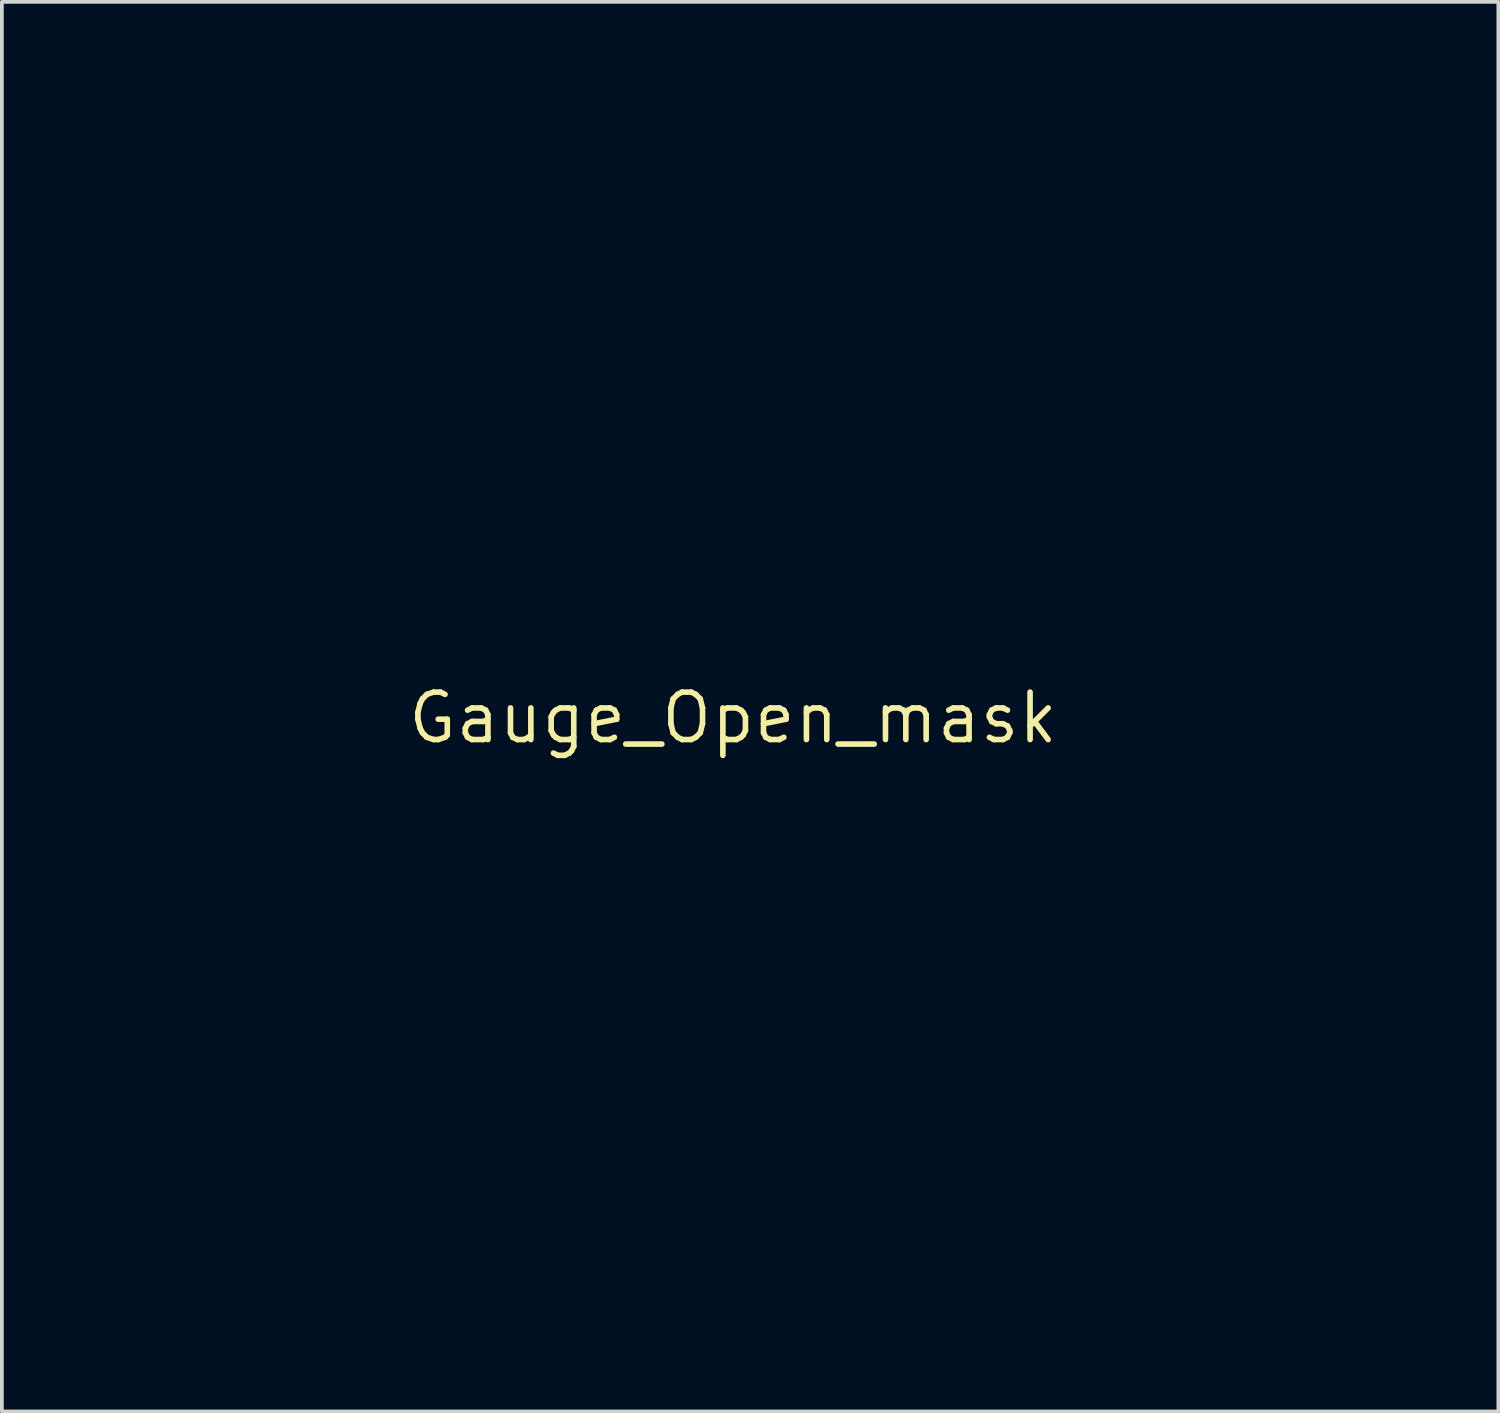
<source format=kicad_pcb>
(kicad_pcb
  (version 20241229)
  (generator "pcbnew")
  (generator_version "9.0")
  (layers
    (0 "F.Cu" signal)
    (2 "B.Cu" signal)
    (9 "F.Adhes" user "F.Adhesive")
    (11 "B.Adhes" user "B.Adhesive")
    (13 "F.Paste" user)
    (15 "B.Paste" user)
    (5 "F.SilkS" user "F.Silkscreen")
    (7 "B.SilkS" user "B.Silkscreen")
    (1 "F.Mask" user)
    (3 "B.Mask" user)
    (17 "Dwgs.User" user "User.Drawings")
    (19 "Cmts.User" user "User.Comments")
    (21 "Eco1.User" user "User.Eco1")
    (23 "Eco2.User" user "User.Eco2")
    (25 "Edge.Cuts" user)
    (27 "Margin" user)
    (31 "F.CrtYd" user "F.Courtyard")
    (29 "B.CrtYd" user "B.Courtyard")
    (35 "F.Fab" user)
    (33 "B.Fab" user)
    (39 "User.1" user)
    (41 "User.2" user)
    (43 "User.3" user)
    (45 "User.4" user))
  (footprint "Gauge_Open_mask"
    (layer "F.Cu")
    (at 16.574 16.169)
    (property "Reference" "Gauge_Open_mask" (at 0 0 0) (layer "F.SilkS") (effects (font (size 1.27 1.27) (thickness 0.15))))
    (attr through_hole)
    (fp_line (start -16.524 0.965) (end -16.518 0.258) (stroke (width 0.1) (type solid)) (layer "F.Mask"))
    (fp_line (start -16.518 0.258) (end -16.482 -0.451) (stroke (width 0.1) (type solid)) (layer "F.Mask"))
    (fp_line (start -16.5 1.668) (end -16.524 0.965) (stroke (width 0.1) (type solid)) (layer "F.Mask"))
    (fp_line (start -16.482 -0.451) (end -16.416 -1.162) (stroke (width 0.1) (type solid)) (layer "F.Mask"))
    (fp_line (start -16.446 2.367) (end -16.5 1.668) (stroke (width 0.1) (type solid)) (layer "F.Mask"))
    (fp_line (start -16.416 -1.162) (end -16.318 -1.873) (stroke (width 0.1) (type solid)) (layer "F.Mask"))
    (fp_line (start -16.364 3.061) (end -16.446 2.367) (stroke (width 0.1) (type solid)) (layer "F.Mask"))
    (fp_line (start -16.318 -1.873) (end -16.19 -2.585) (stroke (width 0.1) (type solid)) (layer "F.Mask"))
    (fp_line (start -16.253 3.75) (end -16.364 3.061) (stroke (width 0.1) (type solid)) (layer "F.Mask"))
    (fp_line (start -16.19 -2.585) (end -16.029 -3.295) (stroke (width 0.1) (type solid)) (layer "F.Mask"))
    (fp_line (start -16.113 4.431) (end -16.253 3.75) (stroke (width 0.1) (type solid)) (layer "F.Mask"))
    (fp_line (start -16.029 -3.295) (end -15.839 -3.999) (stroke (width 0.1) (type solid)) (layer "F.Mask"))
    (fp_line (start -15.946 5.105) (end -16.113 4.431) (stroke (width 0.1) (type solid)) (layer "F.Mask"))
    (fp_line (start -15.839 -3.999) (end -15.619 -4.688) (stroke (width 0.1) (type solid)) (layer "F.Mask"))
    (fp_line (start -15.751 5.771) (end -15.946 5.105) (stroke (width 0.1) (type solid)) (layer "F.Mask"))
    (fp_line (start -15.619 -4.688) (end -15.372 -5.363) (stroke (width 0.1) (type solid)) (layer "F.Mask"))
    (fp_line (start -15.529 6.428) (end -15.751 5.771) (stroke (width 0.1) (type solid)) (layer "F.Mask"))
    (fp_line (start -15.372 -5.363) (end -15.098 -6.023) (stroke (width 0.1) (type solid)) (layer "F.Mask"))
    (fp_line (start -15.281 7.074) (end -15.529 6.428) (stroke (width 0.1) (type solid)) (layer "F.Mask"))
    (fp_line (start -15.098 -6.023) (end -14.798 -6.667) (stroke (width 0.1) (type solid)) (layer "F.Mask"))
    (fp_line (start -15.006 7.71) (end -15.281 7.074) (stroke (width 0.1) (type solid)) (layer "F.Mask"))
    (fp_line (start -14.798 -6.667) (end -14.472 -7.295) (stroke (width 0.1) (type solid)) (layer "F.Mask"))
    (fp_line (start -14.705 8.334) (end -15.006 7.71) (stroke (width 0.1) (type solid)) (layer "F.Mask"))
    (fp_line (start -14.472 -7.295) (end -14.121 -7.907) (stroke (width 0.1) (type solid)) (layer "F.Mask"))
    (fp_line (start -14.378 8.946) (end -14.705 8.334) (stroke (width 0.1) (type solid)) (layer "F.Mask"))
    (fp_line (start -14.121 -7.907) (end -13.747 -8.501) (stroke (width 0.1) (type solid)) (layer "F.Mask"))
    (fp_line (start -14.027 9.544) (end -14.378 8.946) (stroke (width 0.1) (type solid)) (layer "F.Mask"))
    (fp_line (start -13.747 -8.501) (end -13.348 -9.077) (stroke (width 0.1) (type solid)) (layer "F.Mask"))
    (fp_line (start -13.65 10.128) (end -14.027 9.544) (stroke (width 0.1) (type solid)) (layer "F.Mask"))
    (fp_line (start -13.348 -9.077) (end -12.928 -9.635) (stroke (width 0.1) (type solid)) (layer "F.Mask"))
    (fp_line (start -13.249 10.697) (end -13.65 10.128) (stroke (width 0.1) (type solid)) (layer "F.Mask"))
    (fp_line (start -12.928 -9.635) (end -12.485 -10.175) (stroke (width 0.1) (type solid)) (layer "F.Mask"))
    (fp_line (start -12.825 11.25) (end -13.249 10.697) (stroke (width 0.1) (type solid)) (layer "F.Mask"))
    (fp_line (start -12.485 -10.175) (end -12.021 -10.694) (stroke (width 0.1) (type solid)) (layer "F.Mask"))
    (fp_line (start -12.376 11.786) (end -12.825 11.25) (stroke (width 0.1) (type solid)) (layer "F.Mask"))
    (fp_line (start -12.021 -10.694) (end -11.537 -11.194) (stroke (width 0.1) (type solid)) (layer "F.Mask"))
    (fp_line (start -11.904 12.305) (end -12.376 11.786) (stroke (width 0.1) (type solid)) (layer "F.Mask"))
    (fp_line (start -11.537 -11.194) (end -11.033 -11.673) (stroke (width 0.1) (type solid)) (layer "F.Mask"))
    (fp_line (start -11.409 12.805) (end -11.904 12.305) (stroke (width 0.1) (type solid)) (layer "F.Mask"))
    (fp_line (start -11.29 0.936) (end -11.288 0.453) (stroke (width 0.1) (type solid)) (layer "F.Mask"))
    (fp_line (start -11.288 0.453) (end -11.268 -0.031) (stroke (width 0.1) (type solid)) (layer "F.Mask"))
    (fp_line (start -11.273 1.417) (end -11.29 0.936) (stroke (width 0.1) (type solid)) (layer "F.Mask"))
    (fp_line (start -11.268 -0.031) (end -11.229 -0.515) (stroke (width 0.1) (type solid)) (layer "F.Mask"))
    (fp_line (start -11.239 1.896) (end -11.273 1.417) (stroke (width 0.1) (type solid)) (layer "F.Mask"))
    (fp_line (start -11.229 -0.515) (end -11.172 -1) (stroke (width 0.1) (type solid)) (layer "F.Mask"))
    (fp_line (start -11.187 2.372) (end -11.239 1.896) (stroke (width 0.1) (type solid)) (layer "F.Mask"))
    (fp_line (start -11.172 -1) (end -11.096 -1.484) (stroke (width 0.1) (type solid)) (layer "F.Mask"))
    (fp_line (start -11.117 2.845) (end -11.187 2.372) (stroke (width 0.1) (type solid)) (layer "F.Mask"))
    (fp_line (start -11.096 -1.484) (end -11.001 -1.967) (stroke (width 0.1) (type solid)) (layer "F.Mask"))
    (fp_line (start -11.033 -11.673) (end -10.51 -12.13) (stroke (width 0.1) (type solid)) (layer "F.Mask"))
    (fp_line (start -11.03 3.314) (end -11.117 2.845) (stroke (width 0.1) (type solid)) (layer "F.Mask"))
    (fp_line (start -11.001 -1.967) (end -10.886 -2.448) (stroke (width 0.1) (type solid)) (layer "F.Mask"))
    (fp_line (start -10.925 3.779) (end -11.03 3.314) (stroke (width 0.1) (type solid)) (layer "F.Mask"))
    (fp_line (start -10.892 13.286) (end -11.409 12.805) (stroke (width 0.1) (type solid)) (layer "F.Mask"))
    (fp_line (start -10.886 -2.448) (end -10.752 -2.928) (stroke (width 0.1) (type solid)) (layer "F.Mask"))
    (fp_line (start -10.803 4.239) (end -10.925 3.779) (stroke (width 0.1) (type solid)) (layer "F.Mask"))
    (fp_line (start -10.752 -2.928) (end -10.6 -3.401) (stroke (width 0.1) (type solid)) (layer "F.Mask"))
    (fp_line (start -10.664 4.693) (end -10.803 4.239) (stroke (width 0.1) (type solid)) (layer "F.Mask"))
    (fp_line (start -10.6 -3.401) (end -10.431 -3.865) (stroke (width 0.1) (type solid)) (layer "F.Mask"))
    (fp_line (start -10.51 -12.13) (end -9.969 -12.566) (stroke (width 0.1) (type solid)) (layer "F.Mask"))
    (fp_line (start -10.509 5.142) (end -10.664 4.693) (stroke (width 0.1) (type solid)) (layer "F.Mask"))
    (fp_line (start -10.431 -3.865) (end -10.245 -4.318) (stroke (width 0.1) (type solid)) (layer "F.Mask"))
    (fp_line (start -10.353 13.747) (end -10.892 13.286) (stroke (width 0.1) (type solid)) (layer "F.Mask"))
    (fp_line (start -10.337 5.584) (end -10.509 5.142) (stroke (width 0.1) (type solid)) (layer "F.Mask"))
    (fp_line (start -10.245 -4.318) (end -10.042 -4.761) (stroke (width 0.1) (type solid)) (layer "F.Mask"))
    (fp_line (start -10.148 6.018) (end -10.337 5.584) (stroke (width 0.1) (type solid)) (layer "F.Mask"))
    (fp_line (start -10.042 -4.761) (end -9.824 -5.193) (stroke (width 0.1) (type solid)) (layer "F.Mask"))
    (fp_line (start -9.969 -12.566) (end -9.41 -12.98) (stroke (width 0.1) (type solid)) (layer "F.Mask"))
    (fp_line (start -9.943 6.446) (end -10.148 6.018) (stroke (width 0.1) (type solid)) (layer "F.Mask"))
    (fp_line (start -9.824 -5.193) (end -9.591 -5.613) (stroke (width 0.1) (type solid)) (layer "F.Mask"))
    (fp_line (start -9.792 14.187) (end -10.353 13.747) (stroke (width 0.1) (type solid)) (layer "F.Mask"))
    (fp_line (start -9.723 6.865) (end -9.943 6.446) (stroke (width 0.1) (type solid)) (layer "F.Mask"))
    (fp_line (start -9.591 -5.613) (end -9.343 -6.023) (stroke (width 0.1) (type solid)) (layer "F.Mask"))
    (fp_line (start -9.486 7.276) (end -9.723 6.865) (stroke (width 0.1) (type solid)) (layer "F.Mask"))
    (fp_line (start -9.41 -12.98) (end -8.835 -13.37) (stroke (width 0.1) (type solid)) (layer "F.Mask"))
    (fp_line (start -9.343 -6.023) (end -9.08 -6.42) (stroke (width 0.1) (type solid)) (layer "F.Mask"))
    (fp_line (start -9.233 7.677) (end -9.486 7.276) (stroke (width 0.1) (type solid)) (layer "F.Mask"))
    (fp_line (start -9.209 14.606) (end -9.792 14.187) (stroke (width 0.1) (type solid)) (layer "F.Mask"))
    (fp_line (start -9.08 -6.42) (end -8.804 -6.805) (stroke (width 0.1) (type solid)) (layer "F.Mask"))
    (fp_line (start -8.965 8.069) (end -9.233 7.677) (stroke (width 0.1) (type solid)) (layer "F.Mask"))
    (fp_line (start -8.835 -13.37) (end -8.244 -13.738) (stroke (width 0.1) (type solid)) (layer "F.Mask"))
    (fp_line (start -8.804 -6.805) (end -8.514 -7.178) (stroke (width 0.1) (type solid)) (layer "F.Mask"))
    (fp_line (start -8.682 8.45) (end -8.965 8.069) (stroke (width 0.1) (type solid)) (layer "F.Mask"))
    (fp_line (start -8.606 15.002) (end -9.209 14.606) (stroke (width 0.1) (type solid)) (layer "F.Mask"))
    (fp_line (start -8.514 -7.178) (end -8.21 -7.538) (stroke (width 0.1) (type solid)) (layer "F.Mask"))
    (fp_line (start -8.383 8.821) (end -8.682 8.45) (stroke (width 0.1) (type solid)) (layer "F.Mask"))
    (fp_line (start -8.244 -13.738) (end -7.637 -14.081) (stroke (width 0.1) (type solid)) (layer "F.Mask"))
    (fp_line (start -8.21 -7.538) (end -7.894 -7.884) (stroke (width 0.1) (type solid)) (layer "F.Mask"))
    (fp_line (start -8.07 9.18) (end -8.383 8.821) (stroke (width 0.1) (type solid)) (layer "F.Mask"))
    (fp_line (start -7.982 15.374) (end -8.606 15.002) (stroke (width 0.1) (type solid)) (layer "F.Mask"))
    (fp_line (start -7.894 -7.884) (end -7.566 -8.217) (stroke (width 0.1) (type solid)) (layer "F.Mask"))
    (fp_line (start -7.741 9.528) (end -8.07 9.18) (stroke (width 0.1) (type solid)) (layer "F.Mask"))
    (fp_line (start -7.71 15.518) (end -7.982 15.374) (stroke (width 0.1) (type solid)) (layer "F.Mask"))
    (fp_line (start -7.637 -14.081) (end -7.016 -14.399) (stroke (width 0.1) (type solid)) (layer "F.Mask"))
    (fp_line (start -7.566 -8.217) (end -7.226 -8.536) (stroke (width 0.1) (type solid)) (layer "F.Mask"))
    (fp_line (start -7.398 9.863) (end -7.741 9.528) (stroke (width 0.1) (type solid)) (layer "F.Mask"))
    (fp_line (start -7.372 15.468) (end -7.71 15.518) (stroke (width 0.1) (type solid)) (layer "F.Mask"))
    (fp_line (start -7.226 -8.536) (end -6.875 -8.841) (stroke (width 0.1) (type solid)) (layer "F.Mask"))
    (fp_line (start -7.044 15.404) (end -7.372 15.468) (stroke (width 0.1) (type solid)) (layer "F.Mask"))
    (fp_line (start -7.04 10.185) (end -7.398 9.863) (stroke (width 0.1) (type solid)) (layer "F.Mask"))
    (fp_line (start -7.016 -14.399) (end -6.38 -14.693) (stroke (width 0.1) (type solid)) (layer "F.Mask"))
    (fp_line (start -6.875 -8.841) (end -6.512 -9.132) (stroke (width 0.1) (type solid)) (layer "F.Mask"))
    (fp_line (start -6.729 15.327) (end -7.044 15.404) (stroke (width 0.1) (type solid)) (layer "F.Mask"))
    (fp_line (start -6.668 10.494) (end -7.04 10.185) (stroke (width 0.1) (type solid)) (layer "F.Mask"))
    (fp_line (start -6.512 -9.132) (end -6.139 -9.407) (stroke (width 0.1) (type solid)) (layer "F.Mask"))
    (fp_line (start -6.427 15.237) (end -6.729 15.327) (stroke (width 0.1) (type solid)) (layer "F.Mask"))
    (fp_line (start -6.38 -14.693) (end -5.732 -14.96) (stroke (width 0.1) (type solid)) (layer "F.Mask"))
    (fp_line (start -6.352 10.765) (end -6.058 10.873) (stroke (width 0.1) (type solid)) (layer "F.Mask"))
    (fp_line (start -6.282 10.789) (end -6.668 10.494) (stroke (width 0.1) (type solid)) (layer "F.Mask"))
    (fp_line (start -6.139 -9.407) (end -5.756 -9.667) (stroke (width 0.1) (type solid)) (layer "F.Mask"))
    (fp_line (start -6.139 15.136) (end -6.427 15.237) (stroke (width 0.1) (type solid)) (layer "F.Mask"))
    (fp_line (start -6.058 10.873) (end -5.783 10.991) (stroke (width 0.1) (type solid)) (layer "F.Mask"))
    (fp_line (start -5.866 15.023) (end -6.139 15.136) (stroke (width 0.1) (type solid)) (layer "F.Mask"))
    (fp_line (start -5.783 10.991) (end -5.527 11.121) (stroke (width 0.1) (type solid)) (layer "F.Mask"))
    (fp_line (start -5.756 -9.667) (end -5.364 -9.912) (stroke (width 0.1) (type solid)) (layer "F.Mask"))
    (fp_line (start -5.732 -14.96) (end -5.072 -15.202) (stroke (width 0.1) (type solid)) (layer "F.Mask"))
    (fp_line (start -5.609 14.899) (end -5.866 15.023) (stroke (width 0.1) (type solid)) (layer "F.Mask"))
    (fp_line (start -5.527 11.121) (end -5.29 11.259) (stroke (width 0.1) (type solid)) (layer "F.Mask"))
    (fp_line (start -5.369 14.766) (end -5.609 14.899) (stroke (width 0.1) (type solid)) (layer "F.Mask"))
    (fp_line (start -5.364 -9.912) (end -4.962 -10.141) (stroke (width 0.1) (type solid)) (layer "F.Mask"))
    (fp_line (start -5.29 11.259) (end -5.073 11.407) (stroke (width 0.1) (type solid)) (layer "F.Mask"))
    (fp_line (start -5.147 14.622) (end -5.369 14.766) (stroke (width 0.1) (type solid)) (layer "F.Mask"))
    (fp_line (start -5.073 11.407) (end -4.877 11.562) (stroke (width 0.1) (type solid)) (layer "F.Mask"))
    (fp_line (start -5.072 -15.202) (end -4.399 -15.416) (stroke (width 0.1) (type solid)) (layer "F.Mask"))
    (fp_line (start -4.962 -10.141) (end -4.551 -10.353) (stroke (width 0.1) (type solid)) (layer "F.Mask"))
    (fp_line (start -4.944 14.47) (end -5.147 14.622) (stroke (width 0.1) (type solid)) (layer "F.Mask"))
    (fp_line (start -4.877 11.562) (end -4.702 11.725) (stroke (width 0.1) (type solid)) (layer "F.Mask"))
    (fp_line (start -4.761 14.31) (end -4.944 14.47) (stroke (width 0.1) (type solid)) (layer "F.Mask"))
    (fp_line (start -4.702 11.725) (end -4.549 11.895) (stroke (width 0.1) (type solid)) (layer "F.Mask"))
    (fp_line (start -4.599 14.141) (end -4.761 14.31) (stroke (width 0.1) (type solid)) (layer "F.Mask"))
    (fp_line (start -4.551 -10.353) (end -4.132 -10.549) (stroke (width 0.1) (type solid)) (layer "F.Mask"))
    (fp_line (start -4.549 11.895) (end -4.418 12.07) (stroke (width 0.1) (type solid)) (layer "F.Mask"))
    (fp_line (start -4.458 13.966) (end -4.599 14.141) (stroke (width 0.1) (type solid)) (layer "F.Mask"))
    (fp_line (start -4.418 12.07) (end -4.31 12.251) (stroke (width 0.1) (type solid)) (layer "F.Mask"))
    (fp_line (start -4.399 -15.416) (end -3.716 -15.604) (stroke (width 0.1) (type solid)) (layer "F.Mask"))
    (fp_line (start -4.341 13.783) (end -4.458 13.966) (stroke (width 0.1) (type solid)) (layer "F.Mask"))
    (fp_line (start -4.31 12.251) (end -4.225 12.436) (stroke (width 0.1) (type solid)) (layer "F.Mask"))
    (fp_line (start -4.247 13.595) (end -4.341 13.783) (stroke (width 0.1) (type solid)) (layer "F.Mask"))
    (fp_line (start -4.225 12.436) (end -4.165 12.624) (stroke (width 0.1) (type solid)) (layer "F.Mask"))
    (fp_line (start -4.178 13.401) (end -4.247 13.595) (stroke (width 0.1) (type solid)) (layer "F.Mask"))
    (fp_line (start -4.165 12.624) (end -4.13 12.816) (stroke (width 0.1) (type solid)) (layer "F.Mask"))
    (fp_line (start -4.136 13.205) (end -4.178 13.401) (stroke (width 0.1) (type solid)) (layer "F.Mask"))
    (fp_line (start -4.132 -10.549) (end -3.705 -10.728) (stroke (width 0.1) (type solid)) (layer "F.Mask"))
    (fp_line (start -4.13 12.816) (end -4.12 13.01) (stroke (width 0.1) (type solid)) (layer "F.Mask"))
    (fp_line (start -4.12 13.01) (end -4.136 13.205) (stroke (width 0.1) (type solid)) (layer "F.Mask"))
    (fp_line (start -3.716 -15.604) (end -3.023 -15.763) (stroke (width 0.1) (type solid)) (layer "F.Mask"))
    (fp_line (start -3.705 -10.728) (end -3.271 -10.89) (stroke (width 0.1) (type solid)) (layer "F.Mask"))
    (fp_line (start -3.271 -10.89) (end -2.83 -11.034) (stroke (width 0.1) (type solid)) (layer "F.Mask"))
    (fp_line (start -3.023 -15.763) (end -2.32 -15.893) (stroke (width 0.1) (type solid)) (layer "F.Mask"))
    (fp_line (start -2.83 -11.034) (end -2.382 -11.161) (stroke (width 0.1) (type solid)) (layer "F.Mask"))
    (fp_line (start -2.382 -11.161) (end -1.928 -11.269) (stroke (width 0.1) (type solid)) (layer "F.Mask"))
    (fp_line (start -2.32 -15.893) (end -1.608 -15.995) (stroke (width 0.1) (type solid)) (layer "F.Mask"))
    (fp_line (start -1.928 -11.269) (end -1.468 -11.358) (stroke (width 0.1) (type solid)) (layer "F.Mask"))
    (fp_line (start -1.608 -15.995) (end -0.889 -16.066) (stroke (width 0.1) (type solid)) (layer "F.Mask"))
    (fp_line (start -1.468 -11.358) (end -1.003 -11.429) (stroke (width 0.1) (type solid)) (layer "F.Mask"))
    (fp_line (start -1.003 -11.429) (end -0.533 -11.48) (stroke (width 0.1) (type solid)) (layer "F.Mask"))
    (fp_line (start -0.889 -16.066) (end -0.162 -16.108) (stroke (width 0.1) (type solid)) (layer "F.Mask"))
    (fp_line (start -0.533 -11.48) (end -0.059 -11.512) (stroke (width 0.1) (type solid)) (layer "F.Mask"))
    (fp_line (start -0.162 -16.108) (end 0.571 -16.119) (stroke (width 0.1) (type solid)) (layer "F.Mask"))
    (fp_line (start -0.059 -11.512) (end 0.419 -11.523) (stroke (width 0.1) (type solid)) (layer "F.Mask"))
    (fp_line (start 0.419 -11.523) (end 0.897 -11.515) (stroke (width 0.1) (type solid)) (layer "F.Mask"))
    (fp_line (start 0.571 -16.119) (end 1.305 -16.098) (stroke (width 0.1) (type solid)) (layer "F.Mask"))
    (fp_line (start 0.897 -11.515) (end 1.372 -11.486) (stroke (width 0.1) (type solid)) (layer "F.Mask"))
    (fp_line (start 1.305 -16.098) (end 2.031 -16.047) (stroke (width 0.1) (type solid)) (layer "F.Mask"))
    (fp_line (start 1.372 -11.486) (end 1.842 -11.438) (stroke (width 0.1) (type solid)) (layer "F.Mask"))
    (fp_line (start 1.842 -11.438) (end 2.307 -11.371) (stroke (width 0.1) (type solid)) (layer "F.Mask"))
    (fp_line (start 2.031 -16.047) (end 2.749 -15.966) (stroke (width 0.1) (type solid)) (layer "F.Mask"))
    (fp_line (start 2.307 -11.371) (end 2.767 -11.285) (stroke (width 0.1) (type solid)) (layer "F.Mask"))
    (fp_line (start 2.749 -15.966) (end 3.459 -15.855) (stroke (width 0.1) (type solid)) (layer "F.Mask"))
    (fp_line (start 2.767 -11.285) (end 3.222 -11.18) (stroke (width 0.1) (type solid)) (layer "F.Mask"))
    (fp_line (start 3.222 -11.18) (end 3.671 -11.057) (stroke (width 0.1) (type solid)) (layer "F.Mask"))
    (fp_line (start 3.459 -15.855) (end 4.16 -15.715) (stroke (width 0.1) (type solid)) (layer "F.Mask"))
    (fp_line (start 3.671 -11.057) (end 4.113 -10.916) (stroke (width 0.1) (type solid)) (layer "F.Mask"))
    (fp_line (start 4.113 -10.916) (end 4.548 -10.757) (stroke (width 0.1) (type solid)) (layer "F.Mask"))
    (fp_line (start 4.16 -15.715) (end 4.852 -15.547) (stroke (width 0.1) (type solid)) (layer "F.Mask"))
    (fp_line (start 4.548 -10.757) (end 4.976 -10.581) (stroke (width 0.1) (type solid)) (layer "F.Mask"))
    (fp_line (start 4.852 -15.547) (end 5.532 -15.35) (stroke (width 0.1) (type solid)) (layer "F.Mask"))
    (fp_line (start 4.976 -10.581) (end 5.396 -10.388) (stroke (width 0.1) (type solid)) (layer "F.Mask"))
    (fp_line (start 5.154 12.949) (end 5.173 13.143) (stroke (width 0.1) (type solid)) (layer "F.Mask"))
    (fp_line (start 5.16 12.756) (end 5.154 12.949) (stroke (width 0.1) (type solid)) (layer "F.Mask"))
    (fp_line (start 5.173 13.143) (end 5.218 13.337) (stroke (width 0.1) (type solid)) (layer "F.Mask"))
    (fp_line (start 5.191 12.566) (end 5.16 12.756) (stroke (width 0.1) (type solid)) (layer "F.Mask"))
    (fp_line (start 5.218 13.337) (end 5.29 13.529) (stroke (width 0.1) (type solid)) (layer "F.Mask"))
    (fp_line (start 5.247 12.378) (end 5.191 12.566) (stroke (width 0.1) (type solid)) (layer "F.Mask"))
    (fp_line (start 5.29 13.529) (end 5.385 13.715) (stroke (width 0.1) (type solid)) (layer "F.Mask"))
    (fp_line (start 5.327 12.194) (end 5.247 12.378) (stroke (width 0.1) (type solid)) (layer "F.Mask"))
    (fp_line (start 5.385 13.715) (end 5.504 13.896) (stroke (width 0.1) (type solid)) (layer "F.Mask"))
    (fp_line (start 5.396 -10.388) (end 5.808 -10.178) (stroke (width 0.1) (type solid)) (layer "F.Mask"))
    (fp_line (start 5.43 12.014) (end 5.327 12.194) (stroke (width 0.1) (type solid)) (layer "F.Mask"))
    (fp_line (start 5.504 13.896) (end 5.645 14.07) (stroke (width 0.1) (type solid)) (layer "F.Mask"))
    (fp_line (start 5.532 -15.35) (end 6.202 -15.127) (stroke (width 0.1) (type solid)) (layer "F.Mask"))
    (fp_line (start 5.556 11.839) (end 5.43 12.014) (stroke (width 0.1) (type solid)) (layer "F.Mask"))
    (fp_line (start 5.645 14.07) (end 5.808 14.236) (stroke (width 0.1) (type solid)) (layer "F.Mask"))
    (fp_line (start 5.705 11.67) (end 5.556 11.839) (stroke (width 0.1) (type solid)) (layer "F.Mask"))
    (fp_line (start 5.808 14.236) (end 5.992 14.395) (stroke (width 0.1) (type solid)) (layer "F.Mask"))
    (fp_line (start 5.808 -10.178) (end 6.212 -9.952) (stroke (width 0.1) (type solid)) (layer "F.Mask"))
    (fp_line (start 5.874 11.507) (end 5.705 11.67) (stroke (width 0.1) (type solid)) (layer "F.Mask"))
    (fp_line (start 5.992 14.395) (end 6.195 14.545) (stroke (width 0.1) (type solid)) (layer "F.Mask"))
    (fp_line (start 6.065 11.351) (end 5.874 11.507) (stroke (width 0.1) (type solid)) (layer "F.Mask"))
    (fp_line (start 6.195 14.545) (end 6.416 14.687) (stroke (width 0.1) (type solid)) (layer "F.Mask"))
    (fp_line (start 6.202 -15.127) (end 6.859 -14.877) (stroke (width 0.1) (type solid)) (layer "F.Mask"))
    (fp_line (start 6.212 -9.952) (end 6.606 -9.71) (stroke (width 0.1) (type solid)) (layer "F.Mask"))
    (fp_line (start 6.277 11.202) (end 6.065 11.351) (stroke (width 0.1) (type solid)) (layer "F.Mask"))
    (fp_line (start 6.416 14.687) (end 6.655 14.819) (stroke (width 0.1) (type solid)) (layer "F.Mask"))
    (fp_line (start 6.508 11.063) (end 6.277 11.202) (stroke (width 0.1) (type solid)) (layer "F.Mask"))
    (fp_line (start 6.606 -9.71) (end 6.991 -9.452) (stroke (width 0.1) (type solid)) (layer "F.Mask"))
    (fp_line (start 6.655 14.819) (end 6.911 14.941) (stroke (width 0.1) (type solid)) (layer "F.Mask"))
    (fp_line (start 6.758 10.932) (end 6.508 11.063) (stroke (width 0.1) (type solid)) (layer "F.Mask"))
    (fp_line (start 6.859 -14.877) (end 7.504 -14.601) (stroke (width 0.1) (type solid)) (layer "F.Mask"))
    (fp_line (start 6.911 14.941) (end 7.183 15.053) (stroke (width 0.1) (type solid)) (layer "F.Mask"))
    (fp_line (start 6.991 -9.452) (end 7.365 -9.18) (stroke (width 0.1) (type solid)) (layer "F.Mask"))
    (fp_line (start 7.028 10.812) (end 6.758 10.932) (stroke (width 0.1) (type solid)) (layer "F.Mask"))
    (fp_line (start 7.183 15.053) (end 7.469 15.153) (stroke (width 0.1) (type solid)) (layer "F.Mask"))
    (fp_line (start 7.316 10.702) (end 7.028 10.812) (stroke (width 0.1) (type solid)) (layer "F.Mask"))
    (fp_line (start 7.365 -9.18) (end 7.729 -8.892) (stroke (width 0.1) (type solid)) (layer "F.Mask"))
    (fp_line (start 7.469 15.153) (end 7.769 15.242) (stroke (width 0.1) (type solid)) (layer "F.Mask"))
    (fp_line (start 7.504 -14.601) (end 8.135 -14.299) (stroke (width 0.1) (type solid)) (layer "F.Mask"))
    (fp_line (start 7.646 10.444) (end 7.262 10.742) (stroke (width 0.1) (type solid)) (layer "F.Mask"))
    (fp_line (start 7.729 -8.892) (end 8.083 -8.589) (stroke (width 0.1) (type solid)) (layer "F.Mask"))
    (fp_line (start 7.769 15.242) (end 8.082 15.318) (stroke (width 0.1) (type solid)) (layer "F.Mask"))
    (fp_line (start 8.016 10.133) (end 7.646 10.444) (stroke (width 0.1) (type solid)) (layer "F.Mask"))
    (fp_line (start 8.082 15.318) (end 8.407 15.382) (stroke (width 0.1) (type solid)) (layer "F.Mask"))
    (fp_line (start 8.083 -8.589) (end 8.425 -8.273) (stroke (width 0.1) (type solid)) (layer "F.Mask"))
    (fp_line (start 8.135 -14.299) (end 8.752 -13.972) (stroke (width 0.1) (type solid)) (layer "F.Mask"))
    (fp_line (start 8.372 9.808) (end 8.016 10.133) (stroke (width 0.1) (type solid)) (layer "F.Mask"))
    (fp_line (start 8.407 15.382) (end 8.743 15.432) (stroke (width 0.1) (type solid)) (layer "F.Mask"))
    (fp_line (start 8.425 -8.273) (end 8.755 -7.942) (stroke (width 0.1) (type solid)) (layer "F.Mask"))
    (fp_line (start 8.713 9.471) (end 8.372 9.808) (stroke (width 0.1) (type solid)) (layer "F.Mask"))
    (fp_line (start 8.752 -13.972) (end 9.354 -13.621) (stroke (width 0.1) (type solid)) (layer "F.Mask"))
    (fp_line (start 8.755 -7.942) (end 9.074 -7.597) (stroke (width 0.1) (type solid)) (layer "F.Mask"))
    (fp_line (start 8.976 15.351) (end 8.743 15.432) (stroke (width 0.1) (type solid)) (layer "F.Mask"))
    (fp_line (start 9.039 9.121) (end 8.713 9.471) (stroke (width 0.1) (type solid)) (layer "F.Mask"))
    (fp_line (start 9.074 -7.597) (end 9.379 -7.24) (stroke (width 0.1) (type solid)) (layer "F.Mask"))
    (fp_line (start 9.329 15.121) (end 8.976 15.351) (stroke (width 0.1) (type solid)) (layer "F.Mask"))
    (fp_line (start 9.35 8.76) (end 9.039 9.121) (stroke (width 0.1) (type solid)) (layer "F.Mask"))
    (fp_line (start 9.354 -13.621) (end 9.94 -13.246) (stroke (width 0.1) (type solid)) (layer "F.Mask"))
    (fp_line (start 9.379 -7.24) (end 9.672 -6.869) (stroke (width 0.1) (type solid)) (layer "F.Mask"))
    (fp_line (start 9.647 8.387) (end 9.35 8.76) (stroke (width 0.1) (type solid)) (layer "F.Mask"))
    (fp_line (start 9.672 -6.869) (end 9.951 -6.486) (stroke (width 0.1) (type solid)) (layer "F.Mask"))
    (fp_line (start 9.928 8.003) (end 9.647 8.387) (stroke (width 0.1) (type solid)) (layer "F.Mask"))
    (fp_line (start 9.938 14.733) (end 9.329 15.121) (stroke (width 0.1) (type solid)) (layer "F.Mask"))
    (fp_line (start 9.94 -13.246) (end 10.51 -12.847) (stroke (width 0.1) (type solid)) (layer "F.Mask"))
    (fp_line (start 9.951 -6.486) (end 10.216 -6.09) (stroke (width 0.1) (type solid)) (layer "F.Mask"))
    (fp_line (start 10.193 7.61) (end 9.928 8.003) (stroke (width 0.1) (type solid)) (layer "F.Mask"))
    (fp_line (start 10.216 -6.09) (end 10.467 -5.683) (stroke (width 0.1) (type solid)) (layer "F.Mask"))
    (fp_line (start 10.443 7.207) (end 10.193 7.61) (stroke (width 0.1) (type solid)) (layer "F.Mask"))
    (fp_line (start 10.467 -5.683) (end 10.702 -5.264) (stroke (width 0.1) (type solid)) (layer "F.Mask"))
    (fp_line (start 10.51 -12.847) (end 11.063 -12.426) (stroke (width 0.1) (type solid)) (layer "F.Mask"))
    (fp_line (start 10.526 14.322) (end 9.938 14.733) (stroke (width 0.1) (type solid)) (layer "F.Mask"))
    (fp_line (start 10.677 6.794) (end 10.443 7.207) (stroke (width 0.1) (type solid)) (layer "F.Mask"))
    (fp_line (start 10.702 -5.264) (end 10.923 -4.833) (stroke (width 0.1) (type solid)) (layer "F.Mask"))
    (fp_line (start 10.895 6.374) (end 10.677 6.794) (stroke (width 0.1) (type solid)) (layer "F.Mask"))
    (fp_line (start 10.923 -4.833) (end 11.128 -4.392) (stroke (width 0.1) (type solid)) (layer "F.Mask"))
    (fp_line (start 11.063 -12.426) (end 11.598 -11.983) (stroke (width 0.1) (type solid)) (layer "F.Mask"))
    (fp_line (start 11.093 13.89) (end 10.526 14.322) (stroke (width 0.1) (type solid)) (layer "F.Mask"))
    (fp_line (start 11.097 5.945) (end 10.895 6.374) (stroke (width 0.1) (type solid)) (layer "F.Mask"))
    (fp_line (start 11.128 -4.392) (end 11.317 -3.94) (stroke (width 0.1) (type solid)) (layer "F.Mask"))
    (fp_line (start 11.283 5.509) (end 11.097 5.945) (stroke (width 0.1) (type solid)) (layer "F.Mask"))
    (fp_line (start 11.317 -3.94) (end 11.489 -3.478) (stroke (width 0.1) (type solid)) (layer "F.Mask"))
    (fp_line (start 11.452 5.066) (end 11.283 5.509) (stroke (width 0.1) (type solid)) (layer "F.Mask"))
    (fp_line (start 11.489 -3.478) (end 11.645 -3.005) (stroke (width 0.1) (type solid)) (layer "F.Mask"))
    (fp_line (start 11.598 -11.983) (end 12.115 -11.519) (stroke (width 0.1) (type solid)) (layer "F.Mask"))
    (fp_line (start 11.605 4.616) (end 11.452 5.066) (stroke (width 0.1) (type solid)) (layer "F.Mask"))
    (fp_line (start 11.638 13.436) (end 11.093 13.89) (stroke (width 0.1) (type solid)) (layer "F.Mask"))
    (fp_line (start 11.645 -3.005) (end 11.782 -2.527) (stroke (width 0.1) (type solid)) (layer "F.Mask"))
    (fp_line (start 11.741 4.161) (end 11.605 4.616) (stroke (width 0.1) (type solid)) (layer "F.Mask"))
    (fp_line (start 11.782 -2.527) (end 11.899 -2.046) (stroke (width 0.1) (type solid)) (layer "F.Mask"))
    (fp_line (start 11.86 3.7) (end 11.741 4.161) (stroke (width 0.1) (type solid)) (layer "F.Mask"))
    (fp_line (start 11.899 -2.046) (end 11.997 -1.564) (stroke (width 0.1) (type solid)) (layer "F.Mask"))
    (fp_line (start 11.962 3.235) (end 11.86 3.7) (stroke (width 0.1) (type solid)) (layer "F.Mask"))
    (fp_line (start 11.997 -1.564) (end 12.077 -1.08) (stroke (width 0.1) (type solid)) (layer "F.Mask"))
    (fp_line (start 12.046 2.765) (end 11.962 3.235) (stroke (width 0.1) (type solid)) (layer "F.Mask"))
    (fp_line (start 12.077 -1.08) (end 12.137 -0.596) (stroke (width 0.1) (type solid)) (layer "F.Mask"))
    (fp_line (start 12.113 2.292) (end 12.046 2.765) (stroke (width 0.1) (type solid)) (layer "F.Mask"))
    (fp_line (start 12.115 -11.519) (end 12.613 -11.033) (stroke (width 0.1) (type solid)) (layer "F.Mask"))
    (fp_line (start 12.137 -0.596) (end 12.179 -0.112) (stroke (width 0.1) (type solid)) (layer "F.Mask"))
    (fp_line (start 12.162 1.815) (end 12.113 2.292) (stroke (width 0.1) (type solid)) (layer "F.Mask"))
    (fp_line (start 12.162 12.962) (end 11.638 13.436) (stroke (width 0.1) (type solid)) (layer "F.Mask"))
    (fp_line (start 12.179 -0.112) (end 12.202 0.372) (stroke (width 0.1) (type solid)) (layer "F.Mask"))
    (fp_line (start 12.193 1.336) (end 12.162 1.815) (stroke (width 0.1) (type solid)) (layer "F.Mask"))
    (fp_line (start 12.202 0.372) (end 12.207 0.855) (stroke (width 0.1) (type solid)) (layer "F.Mask"))
    (fp_line (start 12.207 0.855) (end 12.193 1.336) (stroke (width 0.1) (type solid)) (layer "F.Mask"))
    (fp_line (start 12.613 -11.033) (end 13.09 -10.527) (stroke (width 0.1) (type solid)) (layer "F.Mask"))
    (fp_line (start 12.663 12.468) (end 12.162 12.962) (stroke (width 0.1) (type solid)) (layer "F.Mask"))
    (fp_line (start 13.09 -10.527) (end 13.547 -10.002) (stroke (width 0.1) (type solid)) (layer "F.Mask"))
    (fp_line (start 13.142 11.956) (end 12.663 12.468) (stroke (width 0.1) (type solid)) (layer "F.Mask"))
    (fp_line (start 13.547 -10.002) (end 13.982 -9.457) (stroke (width 0.1) (type solid)) (layer "F.Mask"))
    (fp_line (start 13.598 11.425) (end 13.142 11.956) (stroke (width 0.1) (type solid)) (layer "F.Mask"))
    (fp_line (start 13.982 -9.457) (end 14.395 -8.893) (stroke (width 0.1) (type solid)) (layer "F.Mask"))
    (fp_line (start 14.03 10.878) (end 13.598 11.425) (stroke (width 0.1) (type solid)) (layer "F.Mask"))
    (fp_line (start 14.395 -8.893) (end 14.786 -8.311) (stroke (width 0.1) (type solid)) (layer "F.Mask"))
    (fp_line (start 14.439 10.314) (end 14.03 10.878) (stroke (width 0.1) (type solid)) (layer "F.Mask"))
    (fp_line (start 14.786 -8.311) (end 15.152 -7.712) (stroke (width 0.1) (type solid)) (layer "F.Mask"))
    (fp_line (start 14.823 9.735) (end 14.439 10.314) (stroke (width 0.1) (type solid)) (layer "F.Mask"))
    (fp_line (start 15.152 -7.712) (end 15.495 -7.096) (stroke (width 0.1) (type solid)) (layer "F.Mask"))
    (fp_line (start 15.183 9.142) (end 14.823 9.735) (stroke (width 0.1) (type solid)) (layer "F.Mask"))
    (fp_line (start 15.495 -7.096) (end 15.812 -6.464) (stroke (width 0.1) (type solid)) (layer "F.Mask"))
    (fp_line (start 15.517 8.535) (end 15.183 9.142) (stroke (width 0.1) (type solid)) (layer "F.Mask"))
    (fp_line (start 15.812 -6.464) (end 16.104 -5.815) (stroke (width 0.1) (type solid)) (layer "F.Mask"))
    (fp_line (start 15.827 7.915) (end 15.517 8.535) (stroke (width 0.1) (type solid)) (layer "F.Mask"))
    (fp_line (start 16.104 -5.815) (end 16.369 -5.152) (stroke (width 0.1) (type solid)) (layer "F.Mask"))
    (fp_line (start 16.11 7.283) (end 15.827 7.915) (stroke (width 0.1) (type solid)) (layer "F.Mask"))
    (fp_line (start 16.367 6.64) (end 16.11 7.283) (stroke (width 0.1) (type solid)) (layer "F.Mask"))
    (fp_line (start 16.369 -5.152) (end 16.607 -4.474) (stroke (width 0.1) (type solid)) (layer "F.Mask"))
    (fp_line (start 16.598 5.986) (end 16.367 6.64) (stroke (width 0.1) (type solid)) (layer "F.Mask"))
    (fp_line (start 16.607 -4.474) (end 16.817 -3.782) (stroke (width 0.1) (type solid)) (layer "F.Mask"))
    (fp_line (start 16.802 5.323) (end 16.598 5.986) (stroke (width 0.1) (type solid)) (layer "F.Mask"))
    (fp_line (start 16.817 -3.782) (end 16.998 -3.076) (stroke (width 0.1) (type solid)) (layer "F.Mask"))
    (fp_line (start 16.978 4.651) (end 16.802 5.323) (stroke (width 0.1) (type solid)) (layer "F.Mask"))
    (fp_line (start 16.998 -3.076) (end 17.149 -2.364) (stroke (width 0.1) (type solid)) (layer "F.Mask"))
    (fp_line (start 17.127 3.971) (end 16.978 4.651) (stroke (width 0.1) (type solid)) (layer "F.Mask"))
    (fp_line (start 17.149 -2.364) (end 17.268 -1.65) (stroke (width 0.1) (type solid)) (layer "F.Mask"))
    (fp_line (start 17.247 3.284) (end 17.127 3.971) (stroke (width 0.1) (type solid)) (layer "F.Mask"))
    (fp_line (start 17.268 -1.65) (end 17.356 -0.938) (stroke (width 0.1) (type solid)) (layer "F.Mask"))
    (fp_line (start 17.339 2.591) (end 17.247 3.284) (stroke (width 0.1) (type solid)) (layer "F.Mask"))
    (fp_line (start 17.356 -0.938) (end 17.413 -0.226) (stroke (width 0.1) (type solid)) (layer "F.Mask"))
    (fp_line (start 17.402 1.893) (end 17.339 2.591) (stroke (width 0.1) (type solid)) (layer "F.Mask"))
    (fp_line (start 17.413 -0.226) (end 17.439 0.483) (stroke (width 0.1) (type solid)) (layer "F.Mask"))
    (fp_line (start 17.435 1.19) (end 17.402 1.893) (stroke (width 0.1) (type solid)) (layer "F.Mask"))
    (fp_line (start 17.439 0.483) (end 17.435 1.19) (stroke (width 0.1) (type solid)) (layer "F.Mask")))
  (gr_rect
    (start -3 -3)
    (end 37.063 34.737)
    (stroke (width 0.1) (type default))
    (fill no)
    (layer "Edge.Cuts")))
</source>
